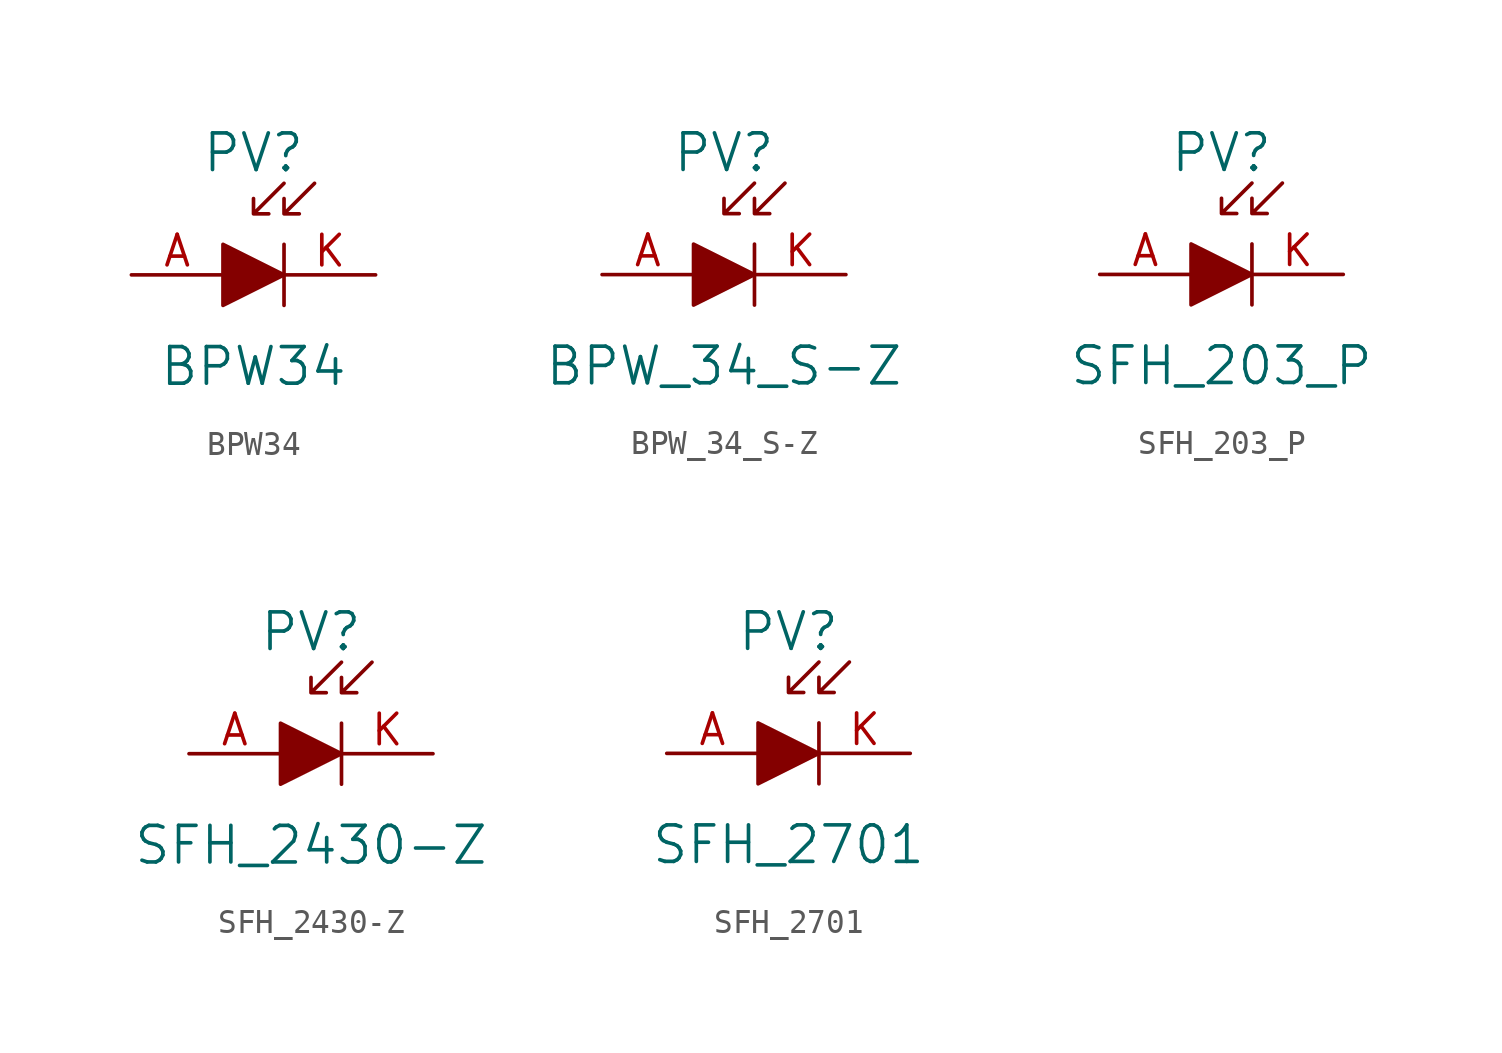
<source format=kicad_sym>
(kicad_symbol_lib
  (version 20231120)
  (generator "kicad_symbol_editor")
  (generator_version "8.0")
  (symbol "BPW34"
    (pin_names
      (offset 0))
    (property "Reference" "PV"
      (at 0 5.08 0)
      (effects (font (size 1.524 1.524))))
    (property "Value" "BPW34"
      (at 0 -3.81 0)
      (effects (font (size 1.524 1.524))))
    (symbol "BPW34_0_1"
      (polyline (pts (xy 1.27 1.27) (xy 1.27 -1.27)) (stroke (width 0) (type default)) (fill (type none)))
      (polyline (pts (xy -1.27 1.27) (xy -1.27 -1.27) (xy 1.27 0) (xy -1.27 1.27)) (stroke (width 0) (type default)) (fill (type outline)))
      (polyline (pts (xy 0 2.54) (xy 0.635 2.54) (xy 0 2.54) (xy 0 3.175) (xy 0 2.54) (xy 1.27 3.81)) (stroke (width 0) (type default)) (fill (type none)))
      (polyline (pts (xy 1.27 2.54) (xy 1.27 3.175) (xy 1.27 2.54) (xy 1.905 2.54) (xy 1.27 2.54) (xy 2.54 3.81)) (stroke (width 0) (type default)) (fill (type none))))
    (symbol "BPW34_1_1"
      (pin passive line (at -5.08 0 0) (length 3.81) (name "~" (effects (font (size 1.27 1.27)))) (number "A" (effects (font (size 1.27 1.27)))))
      (pin passive line (at 5.08 0 180) (length 3.81) (name "~" (effects (font (size 1.27 1.27)))) (number "K" (effects (font (size 1.27 1.27)))))))
  (symbol "BPW_34_S-Z"
    (pin_names
      (offset 0))
    (property "Reference" "PV"
      (at 0 5.08 0)
      (effects (font (size 1.524 1.524))))
    (property "Value" "BPW_34_S-Z"
      (at 0 -3.81 0)
      (effects (font (size 1.524 1.524))))
    (symbol "BPW_34_S-Z_0_1"
      (polyline (pts (xy 1.27 1.27) (xy 1.27 -1.27)) (stroke (width 0) (type default)) (fill (type none)))
      (polyline (pts (xy -1.27 1.27) (xy -1.27 -1.27) (xy 1.27 0) (xy -1.27 1.27)) (stroke (width 0) (type default)) (fill (type outline)))
      (polyline (pts (xy 0 2.54) (xy 0.635 2.54) (xy 0 2.54) (xy 0 3.175) (xy 0 2.54) (xy 1.27 3.81)) (stroke (width 0) (type default)) (fill (type none)))
      (polyline (pts (xy 1.27 2.54) (xy 1.27 3.175) (xy 1.27 2.54) (xy 1.905 2.54) (xy 1.27 2.54) (xy 2.54 3.81)) (stroke (width 0) (type default)) (fill (type none))))
    (symbol "BPW_34_S-Z_1_1"
      (pin passive line (at -5.08 0 0) (length 3.81) (name "~" (effects (font (size 1.27 1.27)))) (number "A" (effects (font (size 1.27 1.27)))))
      (pin passive line (at 5.08 0 180) (length 3.81) (name "~" (effects (font (size 1.27 1.27)))) (number "K" (effects (font (size 1.27 1.27)))))))
  (symbol "SFH_203_P"
    (pin_names
      (offset 0))
    (property "Reference" "PV"
      (at 0 5.08 0)
      (effects (font (size 1.524 1.524))))
    (property "Value" "SFH_203_P"
      (at 0 -3.81 0)
      (effects (font (size 1.524 1.524))))
    (symbol "SFH_203_P_0_1"
      (polyline (pts (xy 1.27 1.27) (xy 1.27 -1.27)) (stroke (width 0) (type default)) (fill (type none)))
      (polyline (pts (xy -1.27 1.27) (xy -1.27 -1.27) (xy 1.27 0) (xy -1.27 1.27)) (stroke (width 0) (type default)) (fill (type outline)))
      (polyline (pts (xy 0 2.54) (xy 0.635 2.54) (xy 0 2.54) (xy 0 3.175) (xy 0 2.54) (xy 1.27 3.81)) (stroke (width 0) (type default)) (fill (type none)))
      (polyline (pts (xy 1.27 2.54) (xy 1.27 3.175) (xy 1.27 2.54) (xy 1.905 2.54) (xy 1.27 2.54) (xy 2.54 3.81)) (stroke (width 0) (type default)) (fill (type none))))
    (symbol "SFH_203_P_1_1"
      (pin passive line (at -5.08 0 0) (length 3.81) (name "~" (effects (font (size 1.27 1.27)))) (number "A" (effects (font (size 1.27 1.27)))))
      (pin passive line (at 5.08 0 180) (length 3.81) (name "~" (effects (font (size 1.27 1.27)))) (number "K" (effects (font (size 1.27 1.27)))))))
  (symbol "SFH_2430-Z"
    (pin_names
      (offset 0))
    (property "Reference" "PV"
      (at 0 5.08 0)
      (effects (font (size 1.524 1.524))))
    (property "Value" "SFH_2430-Z"
      (at 0 -3.81 0)
      (effects (font (size 1.524 1.524))))
    (symbol "SFH_2430-Z_0_1"
      (polyline (pts (xy 1.27 1.27) (xy 1.27 -1.27)) (stroke (width 0) (type default)) (fill (type none)))
      (polyline (pts (xy -1.27 1.27) (xy -1.27 -1.27) (xy 1.27 0) (xy -1.27 1.27)) (stroke (width 0) (type default)) (fill (type outline)))
      (polyline (pts (xy 0 2.54) (xy 0.635 2.54) (xy 0 2.54) (xy 0 3.175) (xy 0 2.54) (xy 1.27 3.81)) (stroke (width 0) (type default)) (fill (type none)))
      (polyline (pts (xy 1.27 2.54) (xy 1.27 3.175) (xy 1.27 2.54) (xy 1.905 2.54) (xy 1.27 2.54) (xy 2.54 3.81)) (stroke (width 0) (type default)) (fill (type none))))
    (symbol "SFH_2430-Z_1_1"
      (pin passive line (at -5.08 0 0) (length 3.81) (name "~" (effects (font (size 1.27 1.27)))) (number "A" (effects (font (size 1.27 1.27)))))
      (pin passive line (at 5.08 0 180) (length 3.81) (name "~" (effects (font (size 1.27 1.27)))) (number "K" (effects (font (size 1.27 1.27)))))))
  (symbol "SFH_2701"
    (pin_names
      (offset 0))
    (property "Reference" "PV"
      (at 0 5.08 0)
      (effects (font (size 1.524 1.524))))
    (property "Value" "SFH_2701"
      (at 0 -3.81 0)
      (effects (font (size 1.524 1.524))))
    (symbol "SFH_2701_0_1"
      (polyline (pts (xy 1.27 1.27) (xy 1.27 -1.27)) (stroke (width 0) (type default)) (fill (type none)))
      (polyline (pts (xy -1.27 1.27) (xy -1.27 -1.27) (xy 1.27 0) (xy -1.27 1.27)) (stroke (width 0) (type default)) (fill (type outline)))
      (polyline (pts (xy 0 2.54) (xy 0.635 2.54) (xy 0 2.54) (xy 0 3.175) (xy 0 2.54) (xy 1.27 3.81)) (stroke (width 0) (type default)) (fill (type none)))
      (polyline (pts (xy 1.27 2.54) (xy 1.27 3.175) (xy 1.27 2.54) (xy 1.905 2.54) (xy 1.27 2.54) (xy 2.54 3.81)) (stroke (width 0) (type default)) (fill (type none))))
    (symbol "SFH_2701_1_1"
      (pin passive line (at -5.08 0 0) (length 3.81) (name "~" (effects (font (size 1.27 1.27)))) (number "A" (effects (font (size 1.27 1.27)))))
      (pin passive line (at 5.08 0 180) (length 3.81) (name "~" (effects (font (size 1.27 1.27)))) (number "K" (effects (font (size 1.27 1.27))))))))
</source>
